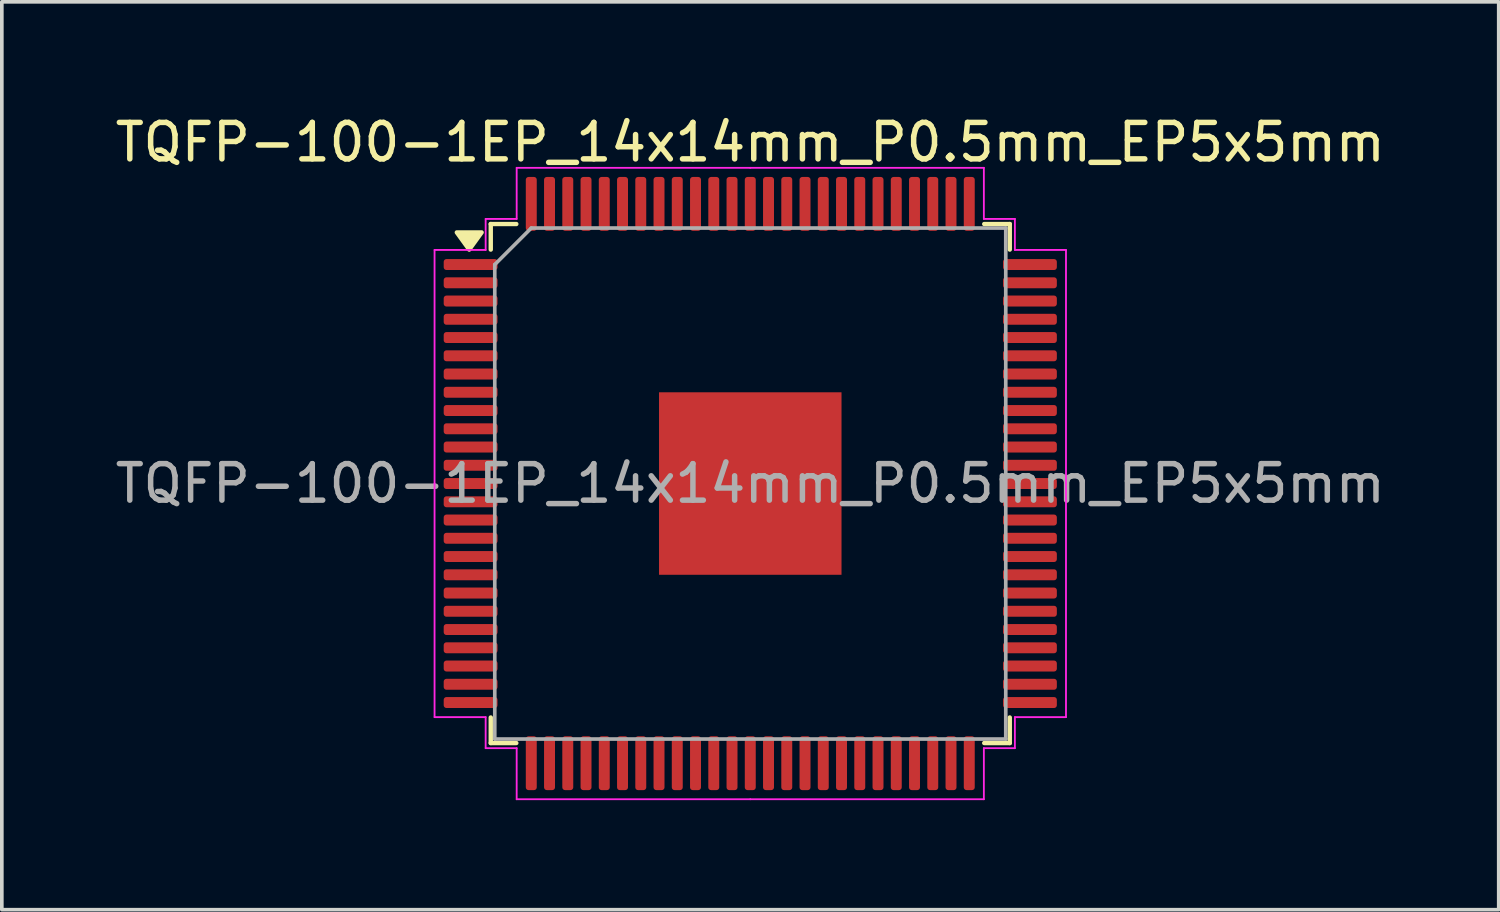
<source format=kicad_pcb>
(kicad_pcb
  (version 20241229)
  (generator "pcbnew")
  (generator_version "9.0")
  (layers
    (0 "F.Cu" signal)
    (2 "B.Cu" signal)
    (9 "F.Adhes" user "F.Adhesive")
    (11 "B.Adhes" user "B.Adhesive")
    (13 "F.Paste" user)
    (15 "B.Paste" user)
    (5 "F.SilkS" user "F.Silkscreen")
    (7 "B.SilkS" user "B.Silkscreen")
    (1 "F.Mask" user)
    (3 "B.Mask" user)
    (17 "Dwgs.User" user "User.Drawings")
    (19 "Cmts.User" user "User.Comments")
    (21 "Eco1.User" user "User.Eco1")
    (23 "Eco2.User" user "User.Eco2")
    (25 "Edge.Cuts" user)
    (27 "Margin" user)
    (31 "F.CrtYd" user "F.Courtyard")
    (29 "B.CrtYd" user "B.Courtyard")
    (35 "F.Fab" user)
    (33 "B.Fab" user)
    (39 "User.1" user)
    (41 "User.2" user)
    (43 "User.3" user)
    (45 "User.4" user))
  (footprint "TQFP-100-1EP_14x14mm_P0.5mm_EP5x5mm"
    (layer "F.Cu")
    (at 17.506 10.198)
    (property "Reference" "TQFP-100-1EP_14x14mm_P0.5mm_EP5x5mm" (at 0 -9.35 0) (layer "F.SilkS") (effects (font (size 1 1) (thickness 0.15))))
    (attr smd)
    (fp_line (start -7.11 -7.11) (end -7.11 -6.41) (stroke (width 0.12) (type solid)) (layer "F.SilkS"))
    (fp_line (start -7.11 7.11) (end -7.11 6.41) (stroke (width 0.12) (type solid)) (layer "F.SilkS"))
    (fp_line (start -6.41 -7.11) (end -7.11 -7.11) (stroke (width 0.12) (type solid)) (layer "F.SilkS"))
    (fp_line (start -6.41 7.11) (end -7.11 7.11) (stroke (width 0.12) (type solid)) (layer "F.SilkS"))
    (fp_line (start 6.41 -7.11) (end 7.11 -7.11) (stroke (width 0.12) (type solid)) (layer "F.SilkS"))
    (fp_line (start 6.41 7.11) (end 7.11 7.11) (stroke (width 0.12) (type solid)) (layer "F.SilkS"))
    (fp_line (start 7.11 -7.11) (end 7.11 -6.41) (stroke (width 0.12) (type solid)) (layer "F.SilkS"))
    (fp_line (start 7.11 7.11) (end 7.11 6.41) (stroke (width 0.12) (type solid)) (layer "F.SilkS"))
    (fp_poly (pts (xy -7.7 -6.41) (xy -8.04 -6.88) (xy -7.36 -6.88) (xy -7.7 -6.41)) (stroke (width 0.12) (type solid)) (fill yes) (layer "F.SilkS"))
    (fp_line (start -8.65 -6.4) (end -8.65 0) (stroke (width 0.05) (type solid)) (layer "F.CrtYd"))
    (fp_line (start -8.65 6.4) (end -8.65 0) (stroke (width 0.05) (type solid)) (layer "F.CrtYd"))
    (fp_line (start -7.25 -7.25) (end -7.25 -6.4) (stroke (width 0.05) (type solid)) (layer "F.CrtYd"))
    (fp_line (start -7.25 -6.4) (end -8.65 -6.4) (stroke (width 0.05) (type solid)) (layer "F.CrtYd"))
    (fp_line (start -7.25 6.4) (end -8.65 6.4) (stroke (width 0.05) (type solid)) (layer "F.CrtYd"))
    (fp_line (start -7.25 7.25) (end -7.25 6.4) (stroke (width 0.05) (type solid)) (layer "F.CrtYd"))
    (fp_line (start -6.4 -8.65) (end -6.4 -7.25) (stroke (width 0.05) (type solid)) (layer "F.CrtYd"))
    (fp_line (start -6.4 -7.25) (end -7.25 -7.25) (stroke (width 0.05) (type solid)) (layer "F.CrtYd"))
    (fp_line (start -6.4 7.25) (end -7.25 7.25) (stroke (width 0.05) (type solid)) (layer "F.CrtYd"))
    (fp_line (start -6.4 8.65) (end -6.4 7.25) (stroke (width 0.05) (type solid)) (layer "F.CrtYd"))
    (fp_line (start 0 -8.65) (end -6.4 -8.65) (stroke (width 0.05) (type solid)) (layer "F.CrtYd"))
    (fp_line (start 0 -8.65) (end 6.4 -8.65) (stroke (width 0.05) (type solid)) (layer "F.CrtYd"))
    (fp_line (start 0 8.65) (end -6.4 8.65) (stroke (width 0.05) (type solid)) (layer "F.CrtYd"))
    (fp_line (start 0 8.65) (end 6.4 8.65) (stroke (width 0.05) (type solid)) (layer "F.CrtYd"))
    (fp_line (start 6.4 -8.65) (end 6.4 -7.25) (stroke (width 0.05) (type solid)) (layer "F.CrtYd"))
    (fp_line (start 6.4 -7.25) (end 7.25 -7.25) (stroke (width 0.05) (type solid)) (layer "F.CrtYd"))
    (fp_line (start 6.4 7.25) (end 7.25 7.25) (stroke (width 0.05) (type solid)) (layer "F.CrtYd"))
    (fp_line (start 6.4 8.65) (end 6.4 7.25) (stroke (width 0.05) (type solid)) (layer "F.CrtYd"))
    (fp_line (start 7.25 -7.25) (end 7.25 -6.4) (stroke (width 0.05) (type solid)) (layer "F.CrtYd"))
    (fp_line (start 7.25 -6.4) (end 8.65 -6.4) (stroke (width 0.05) (type solid)) (layer "F.CrtYd"))
    (fp_line (start 7.25 6.4) (end 8.65 6.4) (stroke (width 0.05) (type solid)) (layer "F.CrtYd"))
    (fp_line (start 7.25 7.25) (end 7.25 6.4) (stroke (width 0.05) (type solid)) (layer "F.CrtYd"))
    (fp_line (start 8.65 -6.4) (end 8.65 0) (stroke (width 0.05) (type solid)) (layer "F.CrtYd"))
    (fp_line (start 8.65 6.4) (end 8.65 0) (stroke (width 0.05) (type solid)) (layer "F.CrtYd"))
    (fp_line (start -7 -6) (end -6 -7) (stroke (width 0.1) (type solid)) (layer "F.Fab"))
    (fp_line (start -7 7) (end -7 -6) (stroke (width 0.1) (type solid)) (layer "F.Fab"))
    (fp_line (start -6 -7) (end 7 -7) (stroke (width 0.1) (type solid)) (layer "F.Fab"))
    (fp_line (start 7 -7) (end 7 7) (stroke (width 0.1) (type solid)) (layer "F.Fab"))
    (fp_line (start 7 7) (end -7 7) (stroke (width 0.1) (type solid)) (layer "F.Fab"))
    (fp_text user "${REFERENCE}" (at 0 0 0) (layer "F.Fab") (effects (font (size 1 1) (thickness 0.15))))
    (pad "" smd roundrect (at -1.875 -1.875) (size 1.01 1.01) (layers "F.Paste") (roundrect_rratio 0.248))
    (pad "" smd roundrect (at -1.875 -0.625) (size 1.01 1.01) (layers "F.Paste") (roundrect_rratio 0.248))
    (pad "" smd roundrect (at -1.875 0.625) (size 1.01 1.01) (layers "F.Paste") (roundrect_rratio 0.248))
    (pad "" smd roundrect (at -1.875 1.875) (size 1.01 1.01) (layers "F.Paste") (roundrect_rratio 0.248))
    (pad "" smd roundrect (at -0.625 -1.875) (size 1.01 1.01) (layers "F.Paste") (roundrect_rratio 0.248))
    (pad "" smd roundrect (at -0.625 -0.625) (size 1.01 1.01) (layers "F.Paste") (roundrect_rratio 0.248))
    (pad "" smd roundrect (at -0.625 0.625) (size 1.01 1.01) (layers "F.Paste") (roundrect_rratio 0.248))
    (pad "" smd roundrect (at -0.625 1.875) (size 1.01 1.01) (layers "F.Paste") (roundrect_rratio 0.248))
    (pad "" smd roundrect (at 0.625 -1.875) (size 1.01 1.01) (layers "F.Paste") (roundrect_rratio 0.248))
    (pad "" smd roundrect (at 0.625 -0.625) (size 1.01 1.01) (layers "F.Paste") (roundrect_rratio 0.248))
    (pad "" smd roundrect (at 0.625 0.625) (size 1.01 1.01) (layers "F.Paste") (roundrect_rratio 0.248))
    (pad "" smd roundrect (at 0.625 1.875) (size 1.01 1.01) (layers "F.Paste") (roundrect_rratio 0.248))
    (pad "" smd roundrect (at 1.875 -1.875) (size 1.01 1.01) (layers "F.Paste") (roundrect_rratio 0.248))
    (pad "" smd roundrect (at 1.875 -0.625) (size 1.01 1.01) (layers "F.Paste") (roundrect_rratio 0.248))
    (pad "" smd roundrect (at 1.875 0.625) (size 1.01 1.01) (layers "F.Paste") (roundrect_rratio 0.248))
    (pad "" smd roundrect (at 1.875 1.875) (size 1.01 1.01) (layers "F.Paste") (roundrect_rratio 0.248))
    (pad "1" smd roundrect (at -7.662 -6) (size 1.475 0.3) (layers "F.Cu" "F.Mask" "F.Paste") (roundrect_rratio 0.25))
    (pad "2" smd roundrect (at -7.662 -5.5) (size 1.475 0.3) (layers "F.Cu" "F.Mask" "F.Paste") (roundrect_rratio 0.25))
    (pad "3" smd roundrect (at -7.662 -5) (size 1.475 0.3) (layers "F.Cu" "F.Mask" "F.Paste") (roundrect_rratio 0.25))
    (pad "4" smd roundrect (at -7.662 -4.5) (size 1.475 0.3) (layers "F.Cu" "F.Mask" "F.Paste") (roundrect_rratio 0.25))
    (pad "5" smd roundrect (at -7.662 -4) (size 1.475 0.3) (layers "F.Cu" "F.Mask" "F.Paste") (roundrect_rratio 0.25))
    (pad "6" smd roundrect (at -7.662 -3.5) (size 1.475 0.3) (layers "F.Cu" "F.Mask" "F.Paste") (roundrect_rratio 0.25))
    (pad "7" smd roundrect (at -7.662 -3) (size 1.475 0.3) (layers "F.Cu" "F.Mask" "F.Paste") (roundrect_rratio 0.25))
    (pad "8" smd roundrect (at -7.662 -2.5) (size 1.475 0.3) (layers "F.Cu" "F.Mask" "F.Paste") (roundrect_rratio 0.25))
    (pad "9" smd roundrect (at -7.662 -2) (size 1.475 0.3) (layers "F.Cu" "F.Mask" "F.Paste") (roundrect_rratio 0.25))
    (pad "10" smd roundrect (at -7.662 -1.5) (size 1.475 0.3) (layers "F.Cu" "F.Mask" "F.Paste") (roundrect_rratio 0.25))
    (pad "11" smd roundrect (at -7.662 -1) (size 1.475 0.3) (layers "F.Cu" "F.Mask" "F.Paste") (roundrect_rratio 0.25))
    (pad "12" smd roundrect (at -7.662 -0.5) (size 1.475 0.3) (layers "F.Cu" "F.Mask" "F.Paste") (roundrect_rratio 0.25))
    (pad "13" smd roundrect (at -7.662 0) (size 1.475 0.3) (layers "F.Cu" "F.Mask" "F.Paste") (roundrect_rratio 0.25))
    (pad "14" smd roundrect (at -7.662 0.5) (size 1.475 0.3) (layers "F.Cu" "F.Mask" "F.Paste") (roundrect_rratio 0.25))
    (pad "15" smd roundrect (at -7.662 1) (size 1.475 0.3) (layers "F.Cu" "F.Mask" "F.Paste") (roundrect_rratio 0.25))
    (pad "16" smd roundrect (at -7.662 1.5) (size 1.475 0.3) (layers "F.Cu" "F.Mask" "F.Paste") (roundrect_rratio 0.25))
    (pad "17" smd roundrect (at -7.662 2) (size 1.475 0.3) (layers "F.Cu" "F.Mask" "F.Paste") (roundrect_rratio 0.25))
    (pad "18" smd roundrect (at -7.662 2.5) (size 1.475 0.3) (layers "F.Cu" "F.Mask" "F.Paste") (roundrect_rratio 0.25))
    (pad "19" smd roundrect (at -7.662 3) (size 1.475 0.3) (layers "F.Cu" "F.Mask" "F.Paste") (roundrect_rratio 0.25))
    (pad "20" smd roundrect (at -7.662 3.5) (size 1.475 0.3) (layers "F.Cu" "F.Mask" "F.Paste") (roundrect_rratio 0.25))
    (pad "21" smd roundrect (at -7.662 4) (size 1.475 0.3) (layers "F.Cu" "F.Mask" "F.Paste") (roundrect_rratio 0.25))
    (pad "22" smd roundrect (at -7.662 4.5) (size 1.475 0.3) (layers "F.Cu" "F.Mask" "F.Paste") (roundrect_rratio 0.25))
    (pad "23" smd roundrect (at -7.662 5) (size 1.475 0.3) (layers "F.Cu" "F.Mask" "F.Paste") (roundrect_rratio 0.25))
    (pad "24" smd roundrect (at -7.662 5.5) (size 1.475 0.3) (layers "F.Cu" "F.Mask" "F.Paste") (roundrect_rratio 0.25))
    (pad "25" smd roundrect (at -7.662 6) (size 1.475 0.3) (layers "F.Cu" "F.Mask" "F.Paste") (roundrect_rratio 0.25))
    (pad "26" smd roundrect (at -6 7.662) (size 0.3 1.475) (layers "F.Cu" "F.Mask" "F.Paste") (roundrect_rratio 0.25))
    (pad "27" smd roundrect (at -5.5 7.662) (size 0.3 1.475) (layers "F.Cu" "F.Mask" "F.Paste") (roundrect_rratio 0.25))
    (pad "28" smd roundrect (at -5 7.662) (size 0.3 1.475) (layers "F.Cu" "F.Mask" "F.Paste") (roundrect_rratio 0.25))
    (pad "29" smd roundrect (at -4.5 7.662) (size 0.3 1.475) (layers "F.Cu" "F.Mask" "F.Paste") (roundrect_rratio 0.25))
    (pad "30" smd roundrect (at -4 7.662) (size 0.3 1.475) (layers "F.Cu" "F.Mask" "F.Paste") (roundrect_rratio 0.25))
    (pad "31" smd roundrect (at -3.5 7.662) (size 0.3 1.475) (layers "F.Cu" "F.Mask" "F.Paste") (roundrect_rratio 0.25))
    (pad "32" smd roundrect (at -3 7.662) (size 0.3 1.475) (layers "F.Cu" "F.Mask" "F.Paste") (roundrect_rratio 0.25))
    (pad "33" smd roundrect (at -2.5 7.662) (size 0.3 1.475) (layers "F.Cu" "F.Mask" "F.Paste") (roundrect_rratio 0.25))
    (pad "34" smd roundrect (at -2 7.662) (size 0.3 1.475) (layers "F.Cu" "F.Mask" "F.Paste") (roundrect_rratio 0.25))
    (pad "35" smd roundrect (at -1.5 7.662) (size 0.3 1.475) (layers "F.Cu" "F.Mask" "F.Paste") (roundrect_rratio 0.25))
    (pad "36" smd roundrect (at -1 7.662) (size 0.3 1.475) (layers "F.Cu" "F.Mask" "F.Paste") (roundrect_rratio 0.25))
    (pad "37" smd roundrect (at -0.5 7.662) (size 0.3 1.475) (layers "F.Cu" "F.Mask" "F.Paste") (roundrect_rratio 0.25))
    (pad "38" smd roundrect (at 0 7.662) (size 0.3 1.475) (layers "F.Cu" "F.Mask" "F.Paste") (roundrect_rratio 0.25))
    (pad "39" smd roundrect (at 0.5 7.662) (size 0.3 1.475) (layers "F.Cu" "F.Mask" "F.Paste") (roundrect_rratio 0.25))
    (pad "40" smd roundrect (at 1 7.662) (size 0.3 1.475) (layers "F.Cu" "F.Mask" "F.Paste") (roundrect_rratio 0.25))
    (pad "41" smd roundrect (at 1.5 7.662) (size 0.3 1.475) (layers "F.Cu" "F.Mask" "F.Paste") (roundrect_rratio 0.25))
    (pad "42" smd roundrect (at 2 7.662) (size 0.3 1.475) (layers "F.Cu" "F.Mask" "F.Paste") (roundrect_rratio 0.25))
    (pad "43" smd roundrect (at 2.5 7.662) (size 0.3 1.475) (layers "F.Cu" "F.Mask" "F.Paste") (roundrect_rratio 0.25))
    (pad "44" smd roundrect (at 3 7.662) (size 0.3 1.475) (layers "F.Cu" "F.Mask" "F.Paste") (roundrect_rratio 0.25))
    (pad "45" smd roundrect (at 3.5 7.662) (size 0.3 1.475) (layers "F.Cu" "F.Mask" "F.Paste") (roundrect_rratio 0.25))
    (pad "46" smd roundrect (at 4 7.662) (size 0.3 1.475) (layers "F.Cu" "F.Mask" "F.Paste") (roundrect_rratio 0.25))
    (pad "47" smd roundrect (at 4.5 7.662) (size 0.3 1.475) (layers "F.Cu" "F.Mask" "F.Paste") (roundrect_rratio 0.25))
    (pad "48" smd roundrect (at 5 7.662) (size 0.3 1.475) (layers "F.Cu" "F.Mask" "F.Paste") (roundrect_rratio 0.25))
    (pad "49" smd roundrect (at 5.5 7.662) (size 0.3 1.475) (layers "F.Cu" "F.Mask" "F.Paste") (roundrect_rratio 0.25))
    (pad "50" smd roundrect (at 6 7.662) (size 0.3 1.475) (layers "F.Cu" "F.Mask" "F.Paste") (roundrect_rratio 0.25))
    (pad "51" smd roundrect (at 7.662 6) (size 1.475 0.3) (layers "F.Cu" "F.Mask" "F.Paste") (roundrect_rratio 0.25))
    (pad "52" smd roundrect (at 7.662 5.5) (size 1.475 0.3) (layers "F.Cu" "F.Mask" "F.Paste") (roundrect_rratio 0.25))
    (pad "53" smd roundrect (at 7.662 5) (size 1.475 0.3) (layers "F.Cu" "F.Mask" "F.Paste") (roundrect_rratio 0.25))
    (pad "54" smd roundrect (at 7.662 4.5) (size 1.475 0.3) (layers "F.Cu" "F.Mask" "F.Paste") (roundrect_rratio 0.25))
    (pad "55" smd roundrect (at 7.662 4) (size 1.475 0.3) (layers "F.Cu" "F.Mask" "F.Paste") (roundrect_rratio 0.25))
    (pad "56" smd roundrect (at 7.662 3.5) (size 1.475 0.3) (layers "F.Cu" "F.Mask" "F.Paste") (roundrect_rratio 0.25))
    (pad "57" smd roundrect (at 7.662 3) (size 1.475 0.3) (layers "F.Cu" "F.Mask" "F.Paste") (roundrect_rratio 0.25))
    (pad "58" smd roundrect (at 7.662 2.5) (size 1.475 0.3) (layers "F.Cu" "F.Mask" "F.Paste") (roundrect_rratio 0.25))
    (pad "59" smd roundrect (at 7.662 2) (size 1.475 0.3) (layers "F.Cu" "F.Mask" "F.Paste") (roundrect_rratio 0.25))
    (pad "60" smd roundrect (at 7.662 1.5) (size 1.475 0.3) (layers "F.Cu" "F.Mask" "F.Paste") (roundrect_rratio 0.25))
    (pad "61" smd roundrect (at 7.662 1) (size 1.475 0.3) (layers "F.Cu" "F.Mask" "F.Paste") (roundrect_rratio 0.25))
    (pad "62" smd roundrect (at 7.662 0.5) (size 1.475 0.3) (layers "F.Cu" "F.Mask" "F.Paste") (roundrect_rratio 0.25))
    (pad "63" smd roundrect (at 7.662 0) (size 1.475 0.3) (layers "F.Cu" "F.Mask" "F.Paste") (roundrect_rratio 0.25))
    (pad "64" smd roundrect (at 7.662 -0.5) (size 1.475 0.3) (layers "F.Cu" "F.Mask" "F.Paste") (roundrect_rratio 0.25))
    (pad "65" smd roundrect (at 7.662 -1) (size 1.475 0.3) (layers "F.Cu" "F.Mask" "F.Paste") (roundrect_rratio 0.25))
    (pad "66" smd roundrect (at 7.662 -1.5) (size 1.475 0.3) (layers "F.Cu" "F.Mask" "F.Paste") (roundrect_rratio 0.25))
    (pad "67" smd roundrect (at 7.662 -2) (size 1.475 0.3) (layers "F.Cu" "F.Mask" "F.Paste") (roundrect_rratio 0.25))
    (pad "68" smd roundrect (at 7.662 -2.5) (size 1.475 0.3) (layers "F.Cu" "F.Mask" "F.Paste") (roundrect_rratio 0.25))
    (pad "69" smd roundrect (at 7.662 -3) (size 1.475 0.3) (layers "F.Cu" "F.Mask" "F.Paste") (roundrect_rratio 0.25))
    (pad "70" smd roundrect (at 7.662 -3.5) (size 1.475 0.3) (layers "F.Cu" "F.Mask" "F.Paste") (roundrect_rratio 0.25))
    (pad "71" smd roundrect (at 7.662 -4) (size 1.475 0.3) (layers "F.Cu" "F.Mask" "F.Paste") (roundrect_rratio 0.25))
    (pad "72" smd roundrect (at 7.662 -4.5) (size 1.475 0.3) (layers "F.Cu" "F.Mask" "F.Paste") (roundrect_rratio 0.25))
    (pad "73" smd roundrect (at 7.662 -5) (size 1.475 0.3) (layers "F.Cu" "F.Mask" "F.Paste") (roundrect_rratio 0.25))
    (pad "74" smd roundrect (at 7.662 -5.5) (size 1.475 0.3) (layers "F.Cu" "F.Mask" "F.Paste") (roundrect_rratio 0.25))
    (pad "75" smd roundrect (at 7.662 -6) (size 1.475 0.3) (layers "F.Cu" "F.Mask" "F.Paste") (roundrect_rratio 0.25))
    (pad "76" smd roundrect (at 6 -7.662) (size 0.3 1.475) (layers "F.Cu" "F.Mask" "F.Paste") (roundrect_rratio 0.25))
    (pad "77" smd roundrect (at 5.5 -7.662) (size 0.3 1.475) (layers "F.Cu" "F.Mask" "F.Paste") (roundrect_rratio 0.25))
    (pad "78" smd roundrect (at 5 -7.662) (size 0.3 1.475) (layers "F.Cu" "F.Mask" "F.Paste") (roundrect_rratio 0.25))
    (pad "79" smd roundrect (at 4.5 -7.662) (size 0.3 1.475) (layers "F.Cu" "F.Mask" "F.Paste") (roundrect_rratio 0.25))
    (pad "80" smd roundrect (at 4 -7.662) (size 0.3 1.475) (layers "F.Cu" "F.Mask" "F.Paste") (roundrect_rratio 0.25))
    (pad "81" smd roundrect (at 3.5 -7.662) (size 0.3 1.475) (layers "F.Cu" "F.Mask" "F.Paste") (roundrect_rratio 0.25))
    (pad "82" smd roundrect (at 3 -7.662) (size 0.3 1.475) (layers "F.Cu" "F.Mask" "F.Paste") (roundrect_rratio 0.25))
    (pad "83" smd roundrect (at 2.5 -7.662) (size 0.3 1.475) (layers "F.Cu" "F.Mask" "F.Paste") (roundrect_rratio 0.25))
    (pad "84" smd roundrect (at 2 -7.662) (size 0.3 1.475) (layers "F.Cu" "F.Mask" "F.Paste") (roundrect_rratio 0.25))
    (pad "85" smd roundrect (at 1.5 -7.662) (size 0.3 1.475) (layers "F.Cu" "F.Mask" "F.Paste") (roundrect_rratio 0.25))
    (pad "86" smd roundrect (at 1 -7.662) (size 0.3 1.475) (layers "F.Cu" "F.Mask" "F.Paste") (roundrect_rratio 0.25))
    (pad "87" smd roundrect (at 0.5 -7.662) (size 0.3 1.475) (layers "F.Cu" "F.Mask" "F.Paste") (roundrect_rratio 0.25))
    (pad "88" smd roundrect (at 0 -7.662) (size 0.3 1.475) (layers "F.Cu" "F.Mask" "F.Paste") (roundrect_rratio 0.25))
    (pad "89" smd roundrect (at -0.5 -7.662) (size 0.3 1.475) (layers "F.Cu" "F.Mask" "F.Paste") (roundrect_rratio 0.25))
    (pad "90" smd roundrect (at -1 -7.662) (size 0.3 1.475) (layers "F.Cu" "F.Mask" "F.Paste") (roundrect_rratio 0.25))
    (pad "91" smd roundrect (at -1.5 -7.662) (size 0.3 1.475) (layers "F.Cu" "F.Mask" "F.Paste") (roundrect_rratio 0.25))
    (pad "92" smd roundrect (at -2 -7.662) (size 0.3 1.475) (layers "F.Cu" "F.Mask" "F.Paste") (roundrect_rratio 0.25))
    (pad "93" smd roundrect (at -2.5 -7.662) (size 0.3 1.475) (layers "F.Cu" "F.Mask" "F.Paste") (roundrect_rratio 0.25))
    (pad "94" smd roundrect (at -3 -7.662) (size 0.3 1.475) (layers "F.Cu" "F.Mask" "F.Paste") (roundrect_rratio 0.25))
    (pad "95" smd roundrect (at -3.5 -7.662) (size 0.3 1.475) (layers "F.Cu" "F.Mask" "F.Paste") (roundrect_rratio 0.25))
    (pad "96" smd roundrect (at -4 -7.662) (size 0.3 1.475) (layers "F.Cu" "F.Mask" "F.Paste") (roundrect_rratio 0.25))
    (pad "97" smd roundrect (at -4.5 -7.662) (size 0.3 1.475) (layers "F.Cu" "F.Mask" "F.Paste") (roundrect_rratio 0.25))
    (pad "98" smd roundrect (at -5 -7.662) (size 0.3 1.475) (layers "F.Cu" "F.Mask" "F.Paste") (roundrect_rratio 0.25))
    (pad "99" smd roundrect (at -5.5 -7.662) (size 0.3 1.475) (layers "F.Cu" "F.Mask" "F.Paste") (roundrect_rratio 0.25))
    (pad "100" smd roundrect (at -6 -7.662) (size 0.3 1.475) (layers "F.Cu" "F.Mask" "F.Paste") (roundrect_rratio 0.25))
    (pad "101" smd rect (at 0 0) (size 5 5) (property pad_prop_heatsink) (layers "F.Cu" "F.Mask")))
  (gr_rect
    (start -3 -3)
    (end 38.012 21.873)
    (stroke (width 0.1) (type default))
    (fill no)
    (layer "Edge.Cuts")))
</source>
